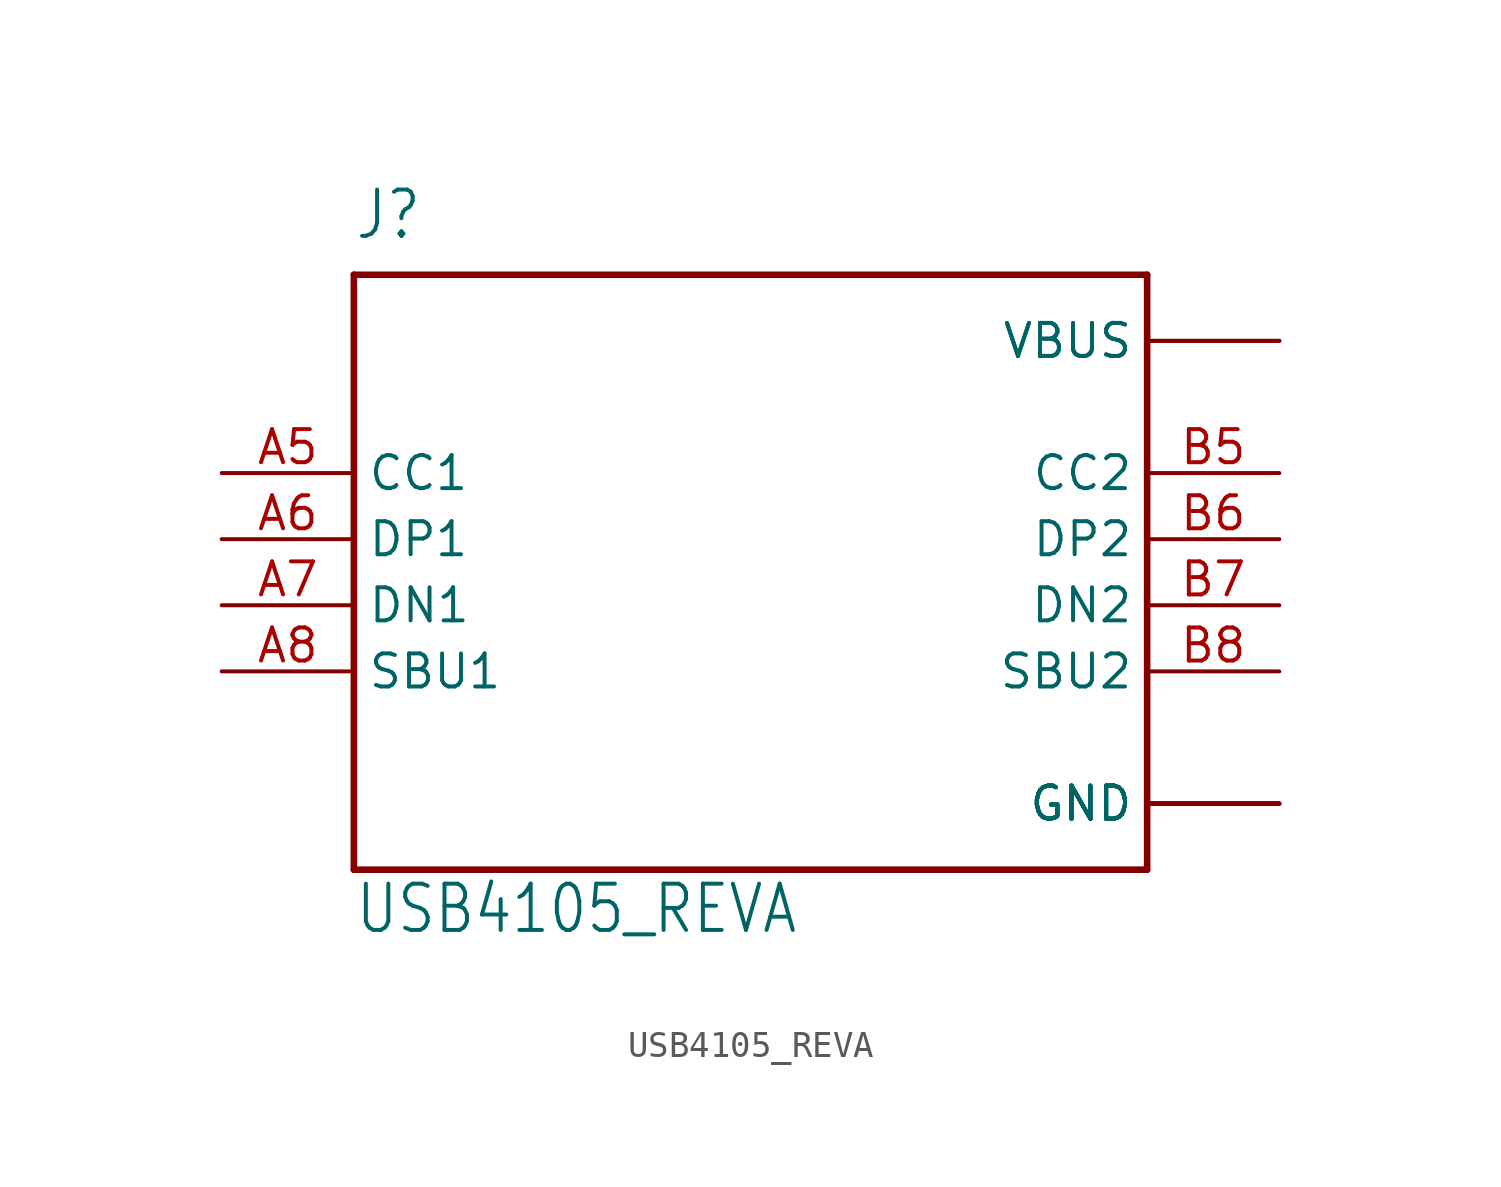
<source format=kicad_sym>
(kicad_symbol_lib
  (version 20211014)
  (generator kicad_symbol_editor)
  (symbol "USB4105_REVA"
    (property "Reference" "J"
      (at -15.24 13.97 0)
      (effects (font (size 1.778 1.511)) (justify left bottom)))
    (property "Value" "USB4105_REVA"
      (at -15.24 -12.7 0)
      (effects (font (size 1.778 1.511)) (justify left bottom)))
    (property "ki_locked" ""
      (at 0 0 0)
      (effects (font (size 1.27 1.27))))
    (symbol "USB4105_REVA_1_0"
      (polyline (pts (xy -15.24 -10.16) (xy -15.24 12.7)) (stroke (width 0.254) (type default) (color 0 0 0 0)) (fill (type none)))
      (polyline (pts (xy -15.24 12.7) (xy 15.24 12.7)) (stroke (width 0.254) (type default) (color 0 0 0 0)) (fill (type none)))
      (polyline (pts (xy 15.24 -10.16) (xy -15.24 -10.16)) (stroke (width 0.254) (type default) (color 0 0 0 0)) (fill (type none)))
      (polyline (pts (xy 15.24 12.7) (xy 15.24 -10.16)) (stroke (width 0.254) (type default) (color 0 0 0 0)) (fill (type none)))
      (pin power_in line (at 20.32 -7.62 180) (length 5.08) (name "GND" (effects (font (size 1.27 1.27)))) (number "A1/B12" (effects (font (size 0 0)))))
      (pin power_in line (at 20.32 10.16 180) (length 5.08) (name "VBUS" (effects (font (size 1.27 1.27)))) (number "A4/B9" (effects (font (size 0 0)))))
      (pin bidirectional line (at -20.32 5.08 0) (length 5.08) (name "CC1" (effects (font (size 1.27 1.27)))) (number "A5" (effects (font (size 1.27 1.27)))))
      (pin bidirectional line (at -20.32 2.54 0) (length 5.08) (name "DP1" (effects (font (size 1.27 1.27)))) (number "A6" (effects (font (size 1.27 1.27)))))
      (pin bidirectional line (at -20.32 0 0) (length 5.08) (name "DN1" (effects (font (size 1.27 1.27)))) (number "A7" (effects (font (size 1.27 1.27)))))
      (pin bidirectional line (at -20.32 -2.54 0) (length 5.08) (name "SBU1" (effects (font (size 1.27 1.27)))) (number "A8" (effects (font (size 1.27 1.27)))))
      (pin power_in line (at 20.32 -7.62 180) (length 5.08) (name "GND" (effects (font (size 1.27 1.27)))) (number "B1/A12" (effects (font (size 0 0)))))
      (pin power_in line (at 20.32 10.16 180) (length 5.08) (name "VBUS" (effects (font (size 1.27 1.27)))) (number "B4/A9" (effects (font (size 0 0)))))
      (pin bidirectional line (at 20.32 5.08 180) (length 5.08) (name "CC2" (effects (font (size 1.27 1.27)))) (number "B5" (effects (font (size 1.27 1.27)))))
      (pin bidirectional line (at 20.32 2.54 180) (length 5.08) (name "DP2" (effects (font (size 1.27 1.27)))) (number "B6" (effects (font (size 1.27 1.27)))))
      (pin bidirectional line (at 20.32 0 180) (length 5.08) (name "DN2" (effects (font (size 1.27 1.27)))) (number "B7" (effects (font (size 1.27 1.27)))))
      (pin bidirectional line (at 20.32 -2.54 180) (length 5.08) (name "SBU2" (effects (font (size 1.27 1.27)))) (number "B8" (effects (font (size 1.27 1.27)))))
      (pin power_in line (at 20.32 -7.62 180) (length 5.08) (name "GND" (effects (font (size 1.27 1.27)))) (number "G1" (effects (font (size 0 0)))))
      (pin power_in line (at 20.32 -7.62 180) (length 5.08) (name "GND" (effects (font (size 1.27 1.27)))) (number "G2" (effects (font (size 0 0)))))
      (pin power_in line (at 20.32 -7.62 180) (length 5.08) (name "GND" (effects (font (size 1.27 1.27)))) (number "G3" (effects (font (size 0 0)))))
      (pin power_in line (at 20.32 -7.62 180) (length 5.08) (name "GND" (effects (font (size 1.27 1.27)))) (number "G4" (effects (font (size 0 0))))))))
</source>
